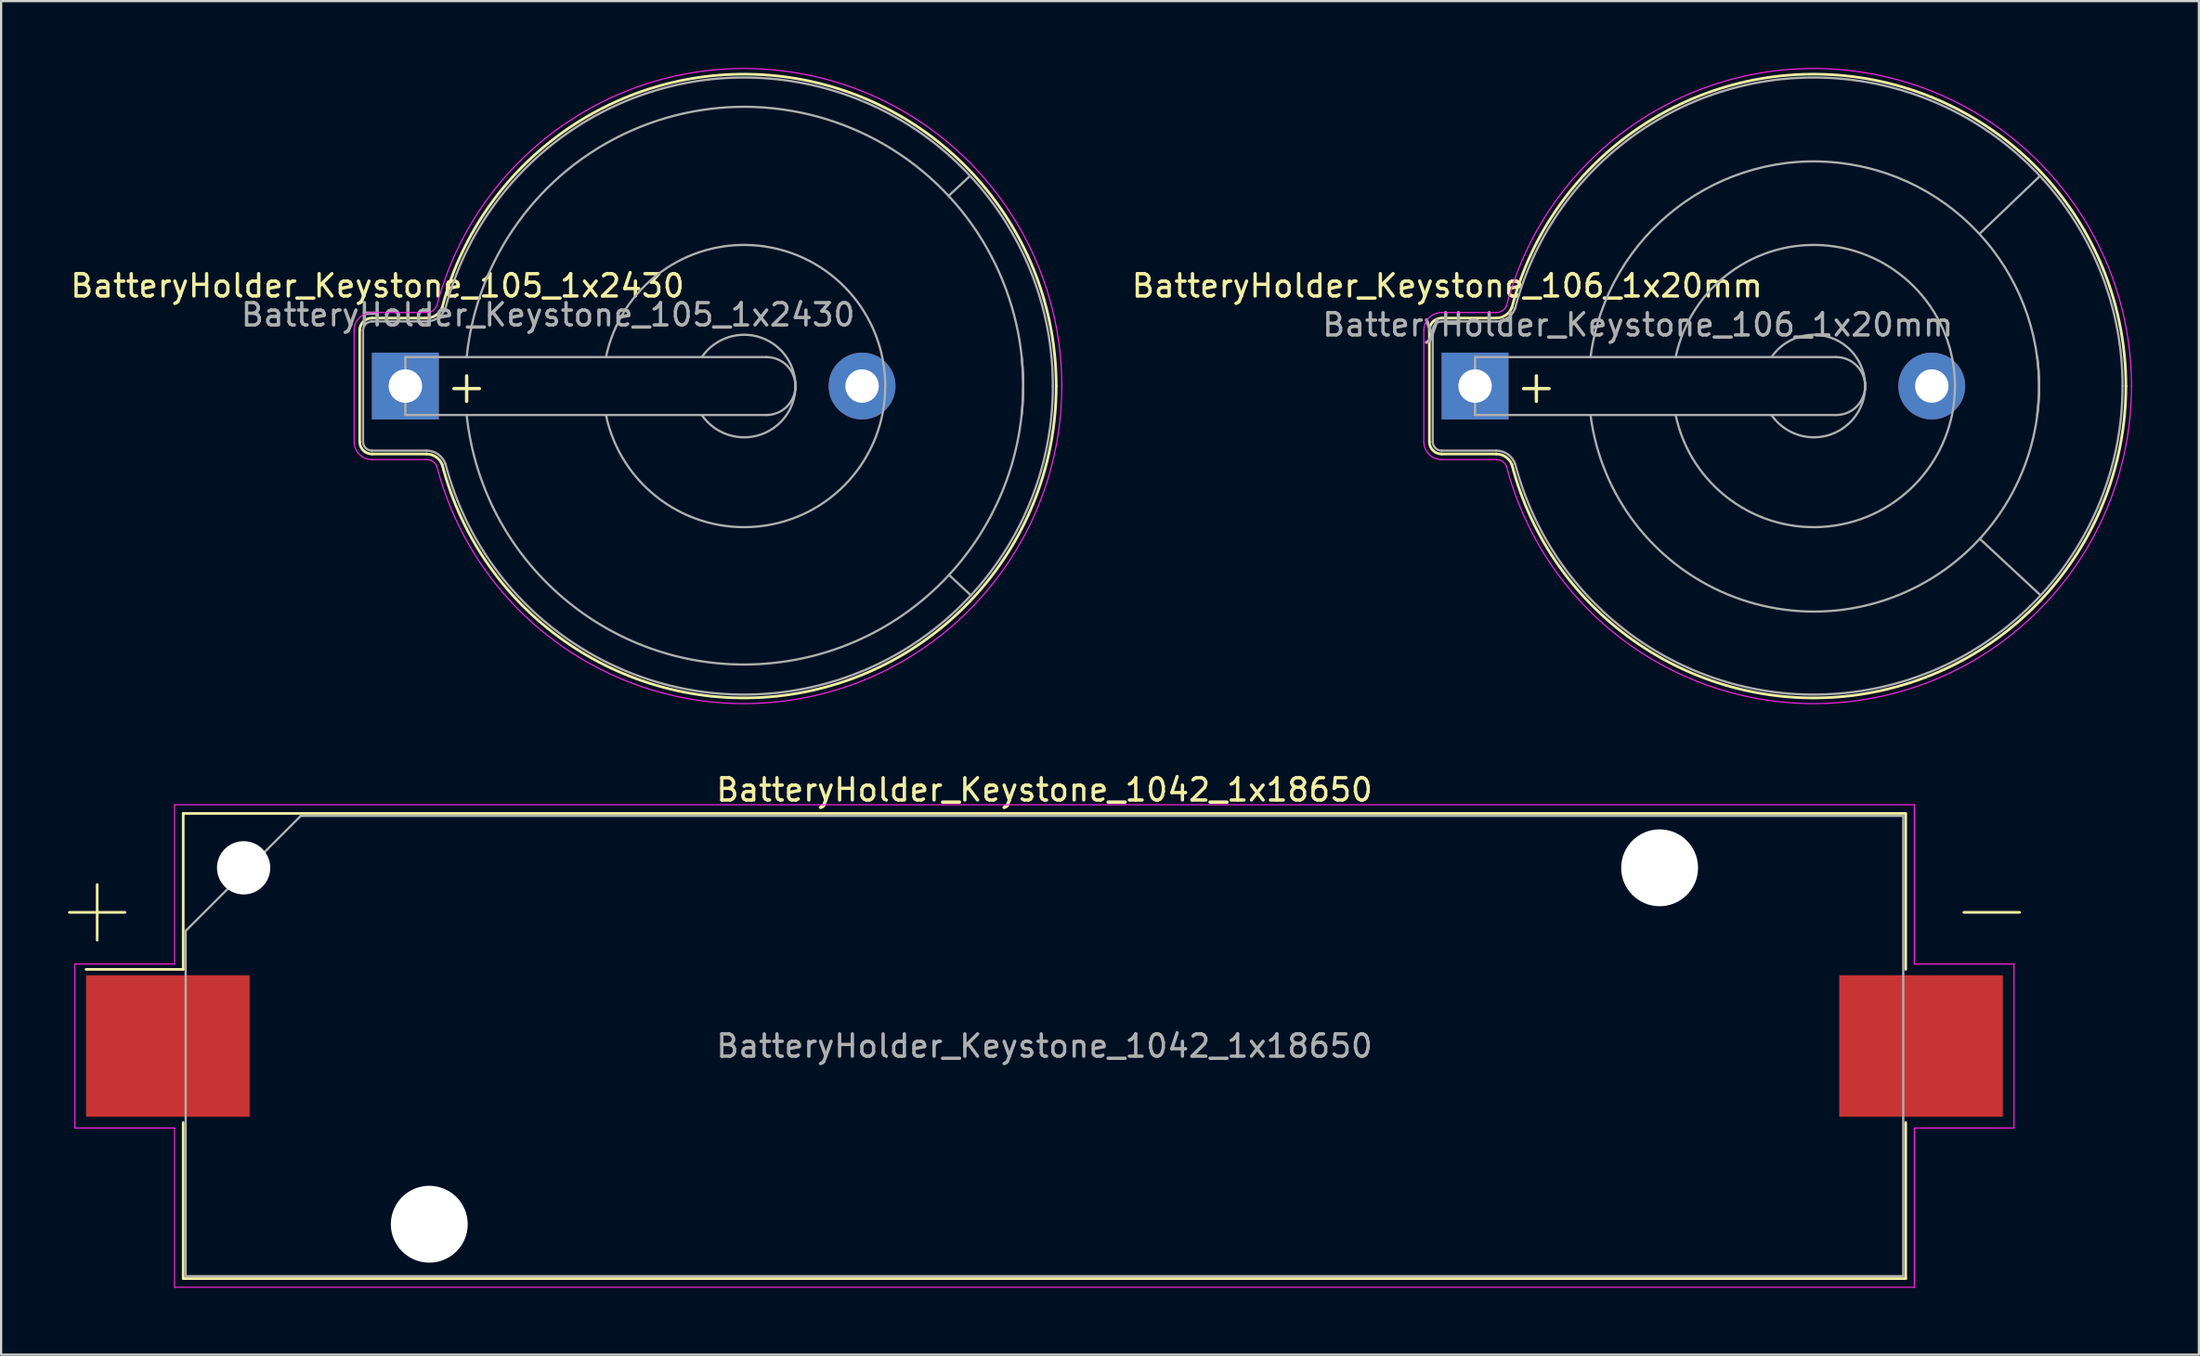
<source format=kicad_pcb>
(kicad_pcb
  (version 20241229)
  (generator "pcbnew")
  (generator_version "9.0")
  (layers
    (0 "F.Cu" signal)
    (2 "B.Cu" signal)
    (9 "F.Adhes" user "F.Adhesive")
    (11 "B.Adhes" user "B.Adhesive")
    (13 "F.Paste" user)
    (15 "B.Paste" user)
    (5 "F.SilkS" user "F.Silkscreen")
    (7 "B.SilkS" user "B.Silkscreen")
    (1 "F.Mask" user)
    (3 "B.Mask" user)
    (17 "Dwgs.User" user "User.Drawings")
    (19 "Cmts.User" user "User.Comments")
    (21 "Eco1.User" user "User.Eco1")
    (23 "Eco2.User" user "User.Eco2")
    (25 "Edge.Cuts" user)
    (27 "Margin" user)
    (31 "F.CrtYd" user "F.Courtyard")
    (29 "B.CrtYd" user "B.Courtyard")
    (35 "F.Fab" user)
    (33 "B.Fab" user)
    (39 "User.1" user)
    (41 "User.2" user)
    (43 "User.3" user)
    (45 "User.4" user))
  (footprint "BatteryHolder_Keystone_105_1x2430"
    (layer "F.Cu")
    (at 15.137 14.28)
    (property "Reference" "BatteryHolder_Keystone_105_1x2430" (at -1.25 -4.5 0) (layer "F.SilkS") (effects (font (size 1 1) (thickness 0.15))))
    (attr through_hole)
    (fp_line (start -2.05 -2.5) (end -2.05 2.5) (stroke (width 0.12) (type solid)) (layer "F.SilkS"))
    (fp_line (start -1.5 3.05) (end 0.95 3.05) (stroke (width 0.12) (type solid)) (layer "F.SilkS"))
    (fp_line (start 0.95 -3.05) (end -1.5 -3.05) (stroke (width 0.12) (type solid)) (layer "F.SilkS"))
    (fp_arc (start -2.05 -2.5) (mid -1.888909 -2.888909) (end -1.5 -3.05) (stroke (width 0.12) (type solid)) (layer "F.SilkS"))
    (fp_arc (start -1.5 3.05) (mid -1.888909 2.888909) (end -2.05 2.5) (stroke (width 0.12) (type solid)) (layer "F.SilkS"))
    (fp_arc (start 0.95 3.05) (mid 1.371574 3.1784) (end 1.65 3.52) (stroke (width 0.12) (type solid)) (layer "F.SilkS"))
    (fp_arc (start 1.65 -3.52) (mid 1.371575 -3.1784) (end 0.95 -3.05) (stroke (width 0.12) (type solid)) (layer "F.SilkS"))
    (fp_arc (start 1.65 -3.52) (mid 16.974433 -13.886953) (end 29.2 0) (stroke (width 0.12) (type solid)) (layer "F.SilkS"))
    (fp_arc (start 29.2 0) (mid 16.974433 13.886952) (end 1.65 3.52) (stroke (width 0.12) (type solid)) (layer "F.SilkS"))
    (fp_line (start -2.3 -2.5) (end -2.3 2.5) (stroke (width 0.05) (type solid)) (layer "F.CrtYd"))
    (fp_line (start -1.5 3.3) (end 0.95 3.3) (stroke (width 0.05) (type solid)) (layer "F.CrtYd"))
    (fp_line (start 0.95 -3.3) (end -1.5 -3.3) (stroke (width 0.05) (type solid)) (layer "F.CrtYd"))
    (fp_arc (start -2.3 -2.5) (mid -2.065685 -3.065685) (end -1.5 -3.3) (stroke (width 0.05) (type solid)) (layer "F.CrtYd"))
    (fp_arc (start -1.5 3.3) (mid -2.065685 3.065685) (end -2.3 2.5) (stroke (width 0.05) (type solid)) (layer "F.CrtYd"))
    (fp_arc (start 0.95 3.3) (mid 1.22459 3.381628) (end 1.41 3.6) (stroke (width 0.05) (type solid)) (layer "F.CrtYd"))
    (fp_arc (start 1.41 -3.6) (mid 1.224591 -3.381627) (end 0.95 -3.3) (stroke (width 0.05) (type solid)) (layer "F.CrtYd"))
    (fp_arc (start 1.41 -3.6) (mid 17.014123 -14.138563) (end 29.45 0) (stroke (width 0.05) (type solid)) (layer "F.CrtYd"))
    (fp_arc (start 29.45 0) (mid 17.014124 14.138563) (end 1.41 3.6) (stroke (width 0.05) (type solid)) (layer "F.CrtYd"))
    (fp_line (start -1.9 -2.5) (end -1.9 2.5) (stroke (width 0.1) (type solid)) (layer "F.Fab"))
    (fp_line (start -1.5 2.9) (end 0.95 2.9) (stroke (width 0.1) (type solid)) (layer "F.Fab"))
    (fp_line (start 0 -1.3) (end 0 1.3) (stroke (width 0.1) (type solid)) (layer "F.Fab"))
    (fp_line (start 0 1.3) (end 16.2 1.3) (stroke (width 0.1) (type solid)) (layer "F.Fab"))
    (fp_line (start 0.95 -2.9) (end -1.5 -2.9) (stroke (width 0.1) (type solid)) (layer "F.Fab"))
    (fp_line (start 16.2 -1.3) (end 0 -1.3) (stroke (width 0.1) (type solid)) (layer "F.Fab"))
    (fp_line (start 24.384 -8.547) (end 25.299 -9.399) (stroke (width 0.1) (type solid)) (layer "F.Fab"))
    (fp_line (start 24.409 8.496) (end 25.375 9.398) (stroke (width 0.1) (type solid)) (layer "F.Fab"))
    (fp_arc (start -1.9 -2.5) (mid -1.782843 -2.782843) (end -1.5 -2.9) (stroke (width 0.1) (type solid)) (layer "F.Fab"))
    (fp_arc (start -1.5 2.9) (mid -1.782843 2.782843) (end -1.9 2.5) (stroke (width 0.1) (type solid)) (layer "F.Fab"))
    (fp_arc (start 0.95 2.9) (mid 1.470216 3.06511) (end 1.8 3.5) (stroke (width 0.1) (type solid)) (layer "F.Fab"))
    (fp_arc (start 1.8 -3.5) (mid 1.470217 -3.06511) (end 0.95 -2.9) (stroke (width 0.1) (type solid)) (layer "F.Fab"))
    (fp_arc (start 1.8 -3.5) (mid 16.964356 -13.736686) (end 29.049508 0) (stroke (width 0.1) (type solid)) (layer "F.Fab"))
    (fp_arc (start 2.75 -1.3) (mid 16.5 -12.45) (end 27.65 1.3) (stroke (width 0.1) (type solid)) (layer "F.Fab"))
    (fp_arc (start 9 -1.3) (mid 15.851289 -6.300938) (end 21.53 0) (stroke (width 0.1) (type solid)) (layer "F.Fab"))
    (fp_arc (start 13.3 -1.3) (mid 15.963947 -2.171724) (end 17.495448 0.175833) (stroke (width 0.1) (type solid)) (layer "F.Fab"))
    (fp_arc (start 16.2 -1.3) (mid 17.5 0) (end 16.2 1.3) (stroke (width 0.1) (type solid)) (layer "F.Fab"))
    (fp_arc (start 17.495448 -0.175833) (mid 15.963947 2.171724) (end 13.3 1.3) (stroke (width 0.1) (type solid)) (layer "F.Fab"))
    (fp_arc (start 21.53 0) (mid 15.851292 6.300937) (end 9 1.3) (stroke (width 0.1) (type solid)) (layer "F.Fab"))
    (fp_arc (start 27.65 -1.3) (mid 16.5 12.45) (end 2.75 1.3) (stroke (width 0.1) (type solid)) (layer "F.Fab"))
    (fp_arc (start 29.049508 0) (mid 16.964356 13.736685) (end 1.8 3.5) (stroke (width 0.1) (type solid)) (layer "F.Fab"))
    (fp_text user "+" (at 2.75 0 0) (layer "F.SilkS") (effects (font (size 1.5 1.5) (thickness 0.15))))
    (fp_text user "${REFERENCE}" (at 6.4 -3.2 0) (layer "F.Fab") (effects (font (size 1 1) (thickness 0.15))))
    (pad "1" thru_hole rect (at 0 0) (size 3 3) (drill 1.5) (layers "*.Cu" "*.Mask"))
    (pad "2" thru_hole circle (at 20.49 0) (size 3 3) (drill 1.5) (layers "*.Cu" "*.Mask")))
  (footprint "BatteryHolder_Keystone_1042_1x18650"
    (layer "F.Cu")
    (at 43.81 43.907)
    (property "Reference" "BatteryHolder_Keystone_1042_1x18650" (at 0 -11.5 0) (layer "F.SilkS") (effects (font (size 1 1) (thickness 0.15))))
    (attr smd)
    (fp_line (start -43.75 -6) (end -41.25 -6) (stroke (width 0.12) (type solid)) (layer "F.SilkS"))
    (fp_line (start -42.5 -4.75) (end -42.5 -7.25) (stroke (width 0.12) (type solid)) (layer "F.SilkS"))
    (fp_line (start -38.64 -10.44) (end -38.64 -3.44) (stroke (width 0.12) (type solid)) (layer "F.SilkS"))
    (fp_line (start -38.64 -3.44) (end -43 -3.44) (stroke (width 0.12) (type solid)) (layer "F.SilkS"))
    (fp_line (start -38.64 10.44) (end -38.64 3.44) (stroke (width 0.12) (type solid)) (layer "F.SilkS"))
    (fp_line (start 38.64 -10.44) (end -38.64 -10.44) (stroke (width 0.12) (type solid)) (layer "F.SilkS"))
    (fp_line (start 38.64 -3.44) (end 38.64 -10.42) (stroke (width 0.12) (type solid)) (layer "F.SilkS"))
    (fp_line (start 38.64 3.44) (end 38.64 10.44) (stroke (width 0.12) (type solid)) (layer "F.SilkS"))
    (fp_line (start 38.64 10.44) (end -38.64 10.44) (stroke (width 0.12) (type solid)) (layer "F.SilkS"))
    (fp_line (start 43.75 -6) (end 41.25 -6) (stroke (width 0.12) (type solid)) (layer "F.SilkS"))
    (fp_line (start -43.5 -3.68) (end -39.03 -3.68) (stroke (width 0.05) (type solid)) (layer "F.CrtYd"))
    (fp_line (start -43.5 3.68) (end -43.5 -3.68) (stroke (width 0.05) (type solid)) (layer "F.CrtYd"))
    (fp_line (start -39.03 -10.83) (end -39.03 -3.68) (stroke (width 0.05) (type solid)) (layer "F.CrtYd"))
    (fp_line (start -39.03 -10.83) (end 39.03 -10.83) (stroke (width 0.05) (type solid)) (layer "F.CrtYd"))
    (fp_line (start -39.03 3.68) (end -43.5 3.68) (stroke (width 0.05) (type solid)) (layer "F.CrtYd"))
    (fp_line (start -39.03 10.83) (end -39.03 3.68) (stroke (width 0.05) (type solid)) (layer "F.CrtYd"))
    (fp_line (start -39.03 10.83) (end 39.03 10.83) (stroke (width 0.05) (type solid)) (layer "F.CrtYd"))
    (fp_line (start 39.03 -10.83) (end 39.03 -3.68) (stroke (width 0.05) (type solid)) (layer "F.CrtYd"))
    (fp_line (start 39.03 3.68) (end 43.5 3.68) (stroke (width 0.05) (type solid)) (layer "F.CrtYd"))
    (fp_line (start 39.03 10.83) (end 39.03 3.68) (stroke (width 0.05) (type solid)) (layer "F.CrtYd"))
    (fp_line (start 43.5 -3.68) (end 39.03 -3.68) (stroke (width 0.05) (type solid)) (layer "F.CrtYd"))
    (fp_line (start 43.5 3.68) (end 43.5 -3.68) (stroke (width 0.05) (type solid)) (layer "F.CrtYd"))
    (fp_line (start -38.53 -5.168) (end -38.53 10.33) (stroke (width 0.1) (type solid)) (layer "F.Fab"))
    (fp_line (start -38.53 10.33) (end 38.53 10.33) (stroke (width 0.1) (type solid)) (layer "F.Fab"))
    (fp_line (start -33.367 -10.33) (end -38.53 -5.168) (stroke (width 0.1) (type solid)) (layer "F.Fab"))
    (fp_line (start -33.367 -10.33) (end 38.53 -10.33) (stroke (width 0.1) (type solid)) (layer "F.Fab"))
    (fp_line (start 38.53 -10.33) (end 38.53 10.33) (stroke (width 0.1) (type solid)) (layer "F.Fab"))
    (fp_text user "${REFERENCE}" (at 0 0 0) (layer "F.Fab") (effects (font (size 1 1) (thickness 0.15))))
    (pad "" np_thru_hole circle (at -35.93 -8) (size 2.39 2.39) (drill 2.39) (layers "*.Cu" "*.Mask"))
    (pad "" np_thru_hole circle (at -27.6 8) (size 3.45 3.45) (drill 3.45) (layers "*.Cu" "*.Mask"))
    (pad "" np_thru_hole circle (at 27.6 -8) (size 3.45 3.45) (drill 3.45) (layers "*.Cu" "*.Mask"))
    (pad "1" smd rect (at -39.33 0) (size 7.34 6.35) (layers "F.Cu" "F.Mask" "F.Paste"))
    (pad "2" smd rect (at 39.33 0) (size 7.34 6.35) (layers "F.Cu" "F.Mask" "F.Paste")))
  (footprint "BatteryHolder_Keystone_106_1x20mm"
    (layer "F.Cu")
    (at 63.13 14.28)
    (property "Reference" "BatteryHolder_Keystone_106_1x20mm" (at -1.25 -4.5 0) (layer "F.SilkS") (effects (font (size 1 1) (thickness 0.15))))
    (attr through_hole)
    (fp_line (start -2.05 -2.5) (end -2.05 2.5) (stroke (width 0.12) (type solid)) (layer "F.SilkS"))
    (fp_line (start -1.5 3.05) (end 0.95 3.05) (stroke (width 0.12) (type solid)) (layer "F.SilkS"))
    (fp_line (start 0.95 -3.05) (end -1.5 -3.05) (stroke (width 0.12) (type solid)) (layer "F.SilkS"))
    (fp_arc (start -2.05 -2.5) (mid -1.888909 -2.888909) (end -1.5 -3.05) (stroke (width 0.12) (type solid)) (layer "F.SilkS"))
    (fp_arc (start -1.5 3.05) (mid -1.888909 2.888909) (end -2.05 2.5) (stroke (width 0.12) (type solid)) (layer "F.SilkS"))
    (fp_arc (start 0.95 3.05) (mid 1.371574 3.1784) (end 1.65 3.52) (stroke (width 0.12) (type solid)) (layer "F.SilkS"))
    (fp_arc (start 1.65 -3.52) (mid 1.371575 -3.1784) (end 0.95 -3.05) (stroke (width 0.12) (type solid)) (layer "F.SilkS"))
    (fp_arc (start 1.65 -3.52) (mid 16.974433 -13.886953) (end 29.2 0) (stroke (width 0.12) (type solid)) (layer "F.SilkS"))
    (fp_arc (start 29.2 0) (mid 16.974433 13.886954) (end 1.65 3.52) (stroke (width 0.12) (type solid)) (layer "F.SilkS"))
    (fp_line (start -2.3 -2.5) (end -2.3 2.5) (stroke (width 0.05) (type solid)) (layer "F.CrtYd"))
    (fp_line (start -1.5 3.3) (end 0.95 3.3) (stroke (width 0.05) (type solid)) (layer "F.CrtYd"))
    (fp_line (start 0.95 -3.3) (end -1.5 -3.3) (stroke (width 0.05) (type solid)) (layer "F.CrtYd"))
    (fp_arc (start -2.3 -2.5) (mid -2.065685 -3.065685) (end -1.5 -3.3) (stroke (width 0.05) (type solid)) (layer "F.CrtYd"))
    (fp_arc (start -1.5 3.3) (mid -2.065685 3.065685) (end -2.3 2.5) (stroke (width 0.05) (type solid)) (layer "F.CrtYd"))
    (fp_arc (start 0.95 3.3) (mid 1.22459 3.381628) (end 1.41 3.6) (stroke (width 0.05) (type solid)) (layer "F.CrtYd"))
    (fp_arc (start 1.41 -3.6) (mid 1.224591 -3.381627) (end 0.95 -3.3) (stroke (width 0.05) (type solid)) (layer "F.CrtYd"))
    (fp_arc (start 1.41 -3.6) (mid 17.014123 -14.138563) (end 29.45 0) (stroke (width 0.05) (type solid)) (layer "F.CrtYd"))
    (fp_arc (start 29.45 0) (mid 17.014124 14.138563) (end 1.41 3.6) (stroke (width 0.05) (type solid)) (layer "F.CrtYd"))
    (fp_line (start -1.9 -2.5) (end -1.9 2.5) (stroke (width 0.1) (type solid)) (layer "F.Fab"))
    (fp_line (start -1.5 2.9) (end 0.95 2.9) (stroke (width 0.1) (type solid)) (layer "F.Fab"))
    (fp_line (start 0 -1.3) (end 0 1.3) (stroke (width 0.1) (type solid)) (layer "F.Fab"))
    (fp_line (start 0 1.3) (end 16.2 1.3) (stroke (width 0.1) (type solid)) (layer "F.Fab"))
    (fp_line (start 0.95 -2.9) (end -1.5 -2.9) (stroke (width 0.1) (type solid)) (layer "F.Fab"))
    (fp_line (start 16.2 -1.3) (end 0 -1.3) (stroke (width 0.1) (type solid)) (layer "F.Fab"))
    (fp_line (start 22.644 6.858) (end 25.35 9.373) (stroke (width 0.1) (type solid)) (layer "F.Fab"))
    (fp_line (start 22.657 -6.858) (end 25.342 -9.429) (stroke (width 0.1) (type solid)) (layer "F.Fab"))
    (fp_arc (start -1.9 -2.5) (mid -1.782843 -2.782843) (end -1.5 -2.9) (stroke (width 0.1) (type solid)) (layer "F.Fab"))
    (fp_arc (start -1.5 2.9) (mid -1.782843 2.782843) (end -1.9 2.5) (stroke (width 0.1) (type solid)) (layer "F.Fab"))
    (fp_arc (start 0.95 2.9) (mid 1.470216 3.06511) (end 1.8 3.5) (stroke (width 0.1) (type solid)) (layer "F.Fab"))
    (fp_arc (start 1.8 -3.5) (mid 1.470217 -3.06511) (end 0.95 -2.9) (stroke (width 0.1) (type solid)) (layer "F.Fab"))
    (fp_arc (start 1.8 -3.5) (mid 16.964356 -13.736686) (end 29.049508 0) (stroke (width 0.1) (type solid)) (layer "F.Fab"))
    (fp_arc (start 5.18 -1.3) (mid 16.5 -10.02) (end 25.22 1.3) (stroke (width 0.1) (type solid)) (layer "F.Fab"))
    (fp_arc (start 9 -1.3) (mid 15.851289 -6.300938) (end 21.53 0) (stroke (width 0.1) (type solid)) (layer "F.Fab"))
    (fp_arc (start 13.3 -1.3) (mid 15.963947 -2.171724) (end 17.495448 0.175833) (stroke (width 0.1) (type solid)) (layer "F.Fab"))
    (fp_arc (start 16.2 -1.3) (mid 17.5 0) (end 16.2 1.3) (stroke (width 0.1) (type solid)) (layer "F.Fab"))
    (fp_arc (start 17.495448 -0.175833) (mid 15.963947 2.171724) (end 13.3 1.3) (stroke (width 0.1) (type solid)) (layer "F.Fab"))
    (fp_arc (start 21.53 0) (mid 15.851292 6.300937) (end 9 1.3) (stroke (width 0.1) (type solid)) (layer "F.Fab"))
    (fp_arc (start 25.22 -1.3) (mid 16.5 10.02) (end 5.18 1.3) (stroke (width 0.1) (type solid)) (layer "F.Fab"))
    (fp_arc (start 29.049508 0) (mid 16.964356 13.736685) (end 1.8 3.5) (stroke (width 0.1) (type solid)) (layer "F.Fab"))
    (fp_text user "+" (at 2.75 0 0) (layer "F.SilkS") (effects (font (size 1.5 1.5) (thickness 0.15))))
    (fp_text user "${REFERENCE}" (at 7.3 -2.75 0) (layer "F.Fab") (effects (font (size 1 1) (thickness 0.15))))
    (pad "1" thru_hole rect (at 0 0) (size 3 3) (drill 1.5) (layers "*.Cu" "*.Mask"))
    (pad "2" thru_hole circle (at 20.49 0) (size 3 3) (drill 1.5) (layers "*.Cu" "*.Mask")))
  (gr_rect
    (start -3 -3)
    (end 95.605 57.762)
    (stroke (width 0.1) (type default))
    (fill no)
    (layer "Edge.Cuts")))
</source>
